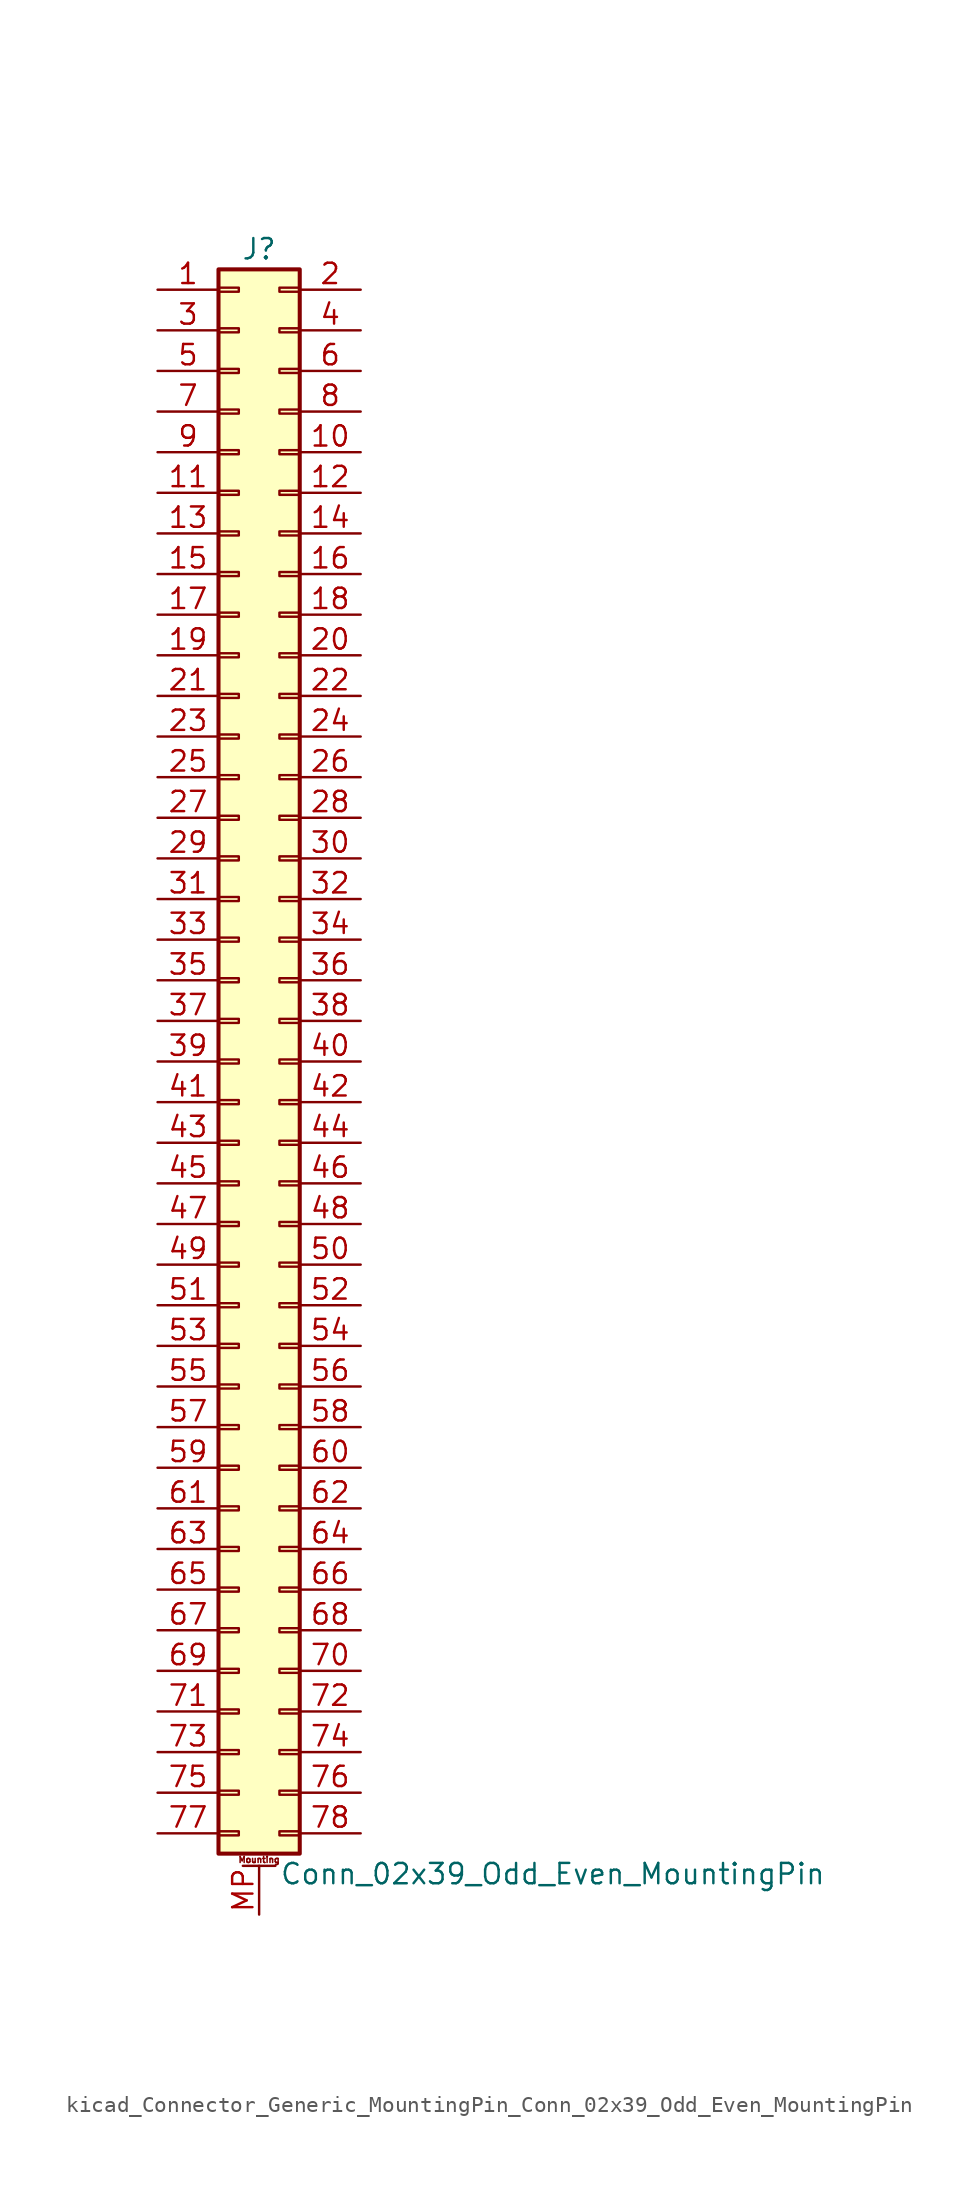
<source format=kicad_sym>
(kicad_symbol_lib
  (version 20220914)
  (generator kicad_symbol_editor)
  (symbol "kicad_Connector_Generic_MountingPin_Conn_02x39_Odd_Even_MountingPin"
    (pin_names
      (offset 1.016) hide)
    (property "Reference" "J"
      (at 1.27 50.8 0)
      (effects (font (size 1.27 1.27))))
    (property "Value" "Conn_02x39_Odd_Even_MountingPin"
      (at 2.54 -50.8 0)
      (effects (font (size 1.27 1.27)) (justify left)))
    (symbol "kicad_Connector_Generic_MountingPin_Conn_02x39_Odd_Even_MountingPin_1_1"
      (rectangle (start -1.27 -48.133) (end 0 -48.387) (stroke (width 0.152) (type default)) (fill (type none)))
      (rectangle (start -1.27 -45.593) (end 0 -45.847) (stroke (width 0.152) (type default)) (fill (type none)))
      (rectangle (start -1.27 -43.053) (end 0 -43.307) (stroke (width 0.152) (type default)) (fill (type none)))
      (rectangle (start -1.27 -40.513) (end 0 -40.767) (stroke (width 0.152) (type default)) (fill (type none)))
      (rectangle (start -1.27 -37.973) (end 0 -38.227) (stroke (width 0.152) (type default)) (fill (type none)))
      (rectangle (start -1.27 -35.433) (end 0 -35.687) (stroke (width 0.152) (type default)) (fill (type none)))
      (rectangle (start -1.27 -32.893) (end 0 -33.147) (stroke (width 0.152) (type default)) (fill (type none)))
      (rectangle (start -1.27 -30.353) (end 0 -30.607) (stroke (width 0.152) (type default)) (fill (type none)))
      (rectangle (start -1.27 -27.813) (end 0 -28.067) (stroke (width 0.152) (type default)) (fill (type none)))
      (rectangle (start -1.27 -25.273) (end 0 -25.527) (stroke (width 0.152) (type default)) (fill (type none)))
      (rectangle (start -1.27 -22.733) (end 0 -22.987) (stroke (width 0.152) (type default)) (fill (type none)))
      (rectangle (start -1.27 -20.193) (end 0 -20.447) (stroke (width 0.152) (type default)) (fill (type none)))
      (rectangle (start -1.27 -17.653) (end 0 -17.907) (stroke (width 0.152) (type default)) (fill (type none)))
      (rectangle (start -1.27 -15.113) (end 0 -15.367) (stroke (width 0.152) (type default)) (fill (type none)))
      (rectangle (start -1.27 -12.573) (end 0 -12.827) (stroke (width 0.152) (type default)) (fill (type none)))
      (rectangle (start -1.27 -10.033) (end 0 -10.287) (stroke (width 0.152) (type default)) (fill (type none)))
      (rectangle (start -1.27 -7.493) (end 0 -7.747) (stroke (width 0.152) (type default)) (fill (type none)))
      (rectangle (start -1.27 -4.953) (end 0 -5.207) (stroke (width 0.152) (type default)) (fill (type none)))
      (rectangle (start -1.27 -2.413) (end 0 -2.667) (stroke (width 0.152) (type default)) (fill (type none)))
      (rectangle (start -1.27 0.127) (end 0 -0.127) (stroke (width 0.152) (type default)) (fill (type none)))
      (rectangle (start -1.27 2.667) (end 0 2.413) (stroke (width 0.152) (type default)) (fill (type none)))
      (rectangle (start -1.27 5.207) (end 0 4.953) (stroke (width 0.152) (type default)) (fill (type none)))
      (rectangle (start -1.27 7.747) (end 0 7.493) (stroke (width 0.152) (type default)) (fill (type none)))
      (rectangle (start -1.27 10.287) (end 0 10.033) (stroke (width 0.152) (type default)) (fill (type none)))
      (rectangle (start -1.27 12.827) (end 0 12.573) (stroke (width 0.152) (type default)) (fill (type none)))
      (rectangle (start -1.27 15.367) (end 0 15.113) (stroke (width 0.152) (type default)) (fill (type none)))
      (rectangle (start -1.27 17.907) (end 0 17.653) (stroke (width 0.152) (type default)) (fill (type none)))
      (rectangle (start -1.27 20.447) (end 0 20.193) (stroke (width 0.152) (type default)) (fill (type none)))
      (rectangle (start -1.27 22.987) (end 0 22.733) (stroke (width 0.152) (type default)) (fill (type none)))
      (rectangle (start -1.27 25.527) (end 0 25.273) (stroke (width 0.152) (type default)) (fill (type none)))
      (rectangle (start -1.27 28.067) (end 0 27.813) (stroke (width 0.152) (type default)) (fill (type none)))
      (rectangle (start -1.27 30.607) (end 0 30.353) (stroke (width 0.152) (type default)) (fill (type none)))
      (rectangle (start -1.27 33.147) (end 0 32.893) (stroke (width 0.152) (type default)) (fill (type none)))
      (rectangle (start -1.27 35.687) (end 0 35.433) (stroke (width 0.152) (type default)) (fill (type none)))
      (rectangle (start -1.27 38.227) (end 0 37.973) (stroke (width 0.152) (type default)) (fill (type none)))
      (rectangle (start -1.27 40.767) (end 0 40.513) (stroke (width 0.152) (type default)) (fill (type none)))
      (rectangle (start -1.27 43.307) (end 0 43.053) (stroke (width 0.152) (type default)) (fill (type none)))
      (rectangle (start -1.27 45.847) (end 0 45.593) (stroke (width 0.152) (type default)) (fill (type none)))
      (rectangle (start -1.27 48.387) (end 0 48.133) (stroke (width 0.152) (type default)) (fill (type none)))
      (rectangle (start -1.27 49.53) (end 3.81 -49.53) (stroke (width 0.254) (type default)) (fill (type background)))
      (polyline (pts (xy 0.254 -50.292) (xy 2.286 -50.292)) (stroke (width 0.152) (type default)) (fill (type none)))
      (rectangle (start 3.81 -48.133) (end 2.54 -48.387) (stroke (width 0.152) (type default)) (fill (type none)))
      (rectangle (start 3.81 -45.593) (end 2.54 -45.847) (stroke (width 0.152) (type default)) (fill (type none)))
      (rectangle (start 3.81 -43.053) (end 2.54 -43.307) (stroke (width 0.152) (type default)) (fill (type none)))
      (rectangle (start 3.81 -40.513) (end 2.54 -40.767) (stroke (width 0.152) (type default)) (fill (type none)))
      (rectangle (start 3.81 -37.973) (end 2.54 -38.227) (stroke (width 0.152) (type default)) (fill (type none)))
      (rectangle (start 3.81 -35.433) (end 2.54 -35.687) (stroke (width 0.152) (type default)) (fill (type none)))
      (rectangle (start 3.81 -32.893) (end 2.54 -33.147) (stroke (width 0.152) (type default)) (fill (type none)))
      (rectangle (start 3.81 -30.353) (end 2.54 -30.607) (stroke (width 0.152) (type default)) (fill (type none)))
      (rectangle (start 3.81 -27.813) (end 2.54 -28.067) (stroke (width 0.152) (type default)) (fill (type none)))
      (rectangle (start 3.81 -25.273) (end 2.54 -25.527) (stroke (width 0.152) (type default)) (fill (type none)))
      (rectangle (start 3.81 -22.733) (end 2.54 -22.987) (stroke (width 0.152) (type default)) (fill (type none)))
      (rectangle (start 3.81 -20.193) (end 2.54 -20.447) (stroke (width 0.152) (type default)) (fill (type none)))
      (rectangle (start 3.81 -17.653) (end 2.54 -17.907) (stroke (width 0.152) (type default)) (fill (type none)))
      (rectangle (start 3.81 -15.113) (end 2.54 -15.367) (stroke (width 0.152) (type default)) (fill (type none)))
      (rectangle (start 3.81 -12.573) (end 2.54 -12.827) (stroke (width 0.152) (type default)) (fill (type none)))
      (rectangle (start 3.81 -10.033) (end 2.54 -10.287) (stroke (width 0.152) (type default)) (fill (type none)))
      (rectangle (start 3.81 -7.493) (end 2.54 -7.747) (stroke (width 0.152) (type default)) (fill (type none)))
      (rectangle (start 3.81 -4.953) (end 2.54 -5.207) (stroke (width 0.152) (type default)) (fill (type none)))
      (rectangle (start 3.81 -2.413) (end 2.54 -2.667) (stroke (width 0.152) (type default)) (fill (type none)))
      (rectangle (start 3.81 0.127) (end 2.54 -0.127) (stroke (width 0.152) (type default)) (fill (type none)))
      (rectangle (start 3.81 2.667) (end 2.54 2.413) (stroke (width 0.152) (type default)) (fill (type none)))
      (rectangle (start 3.81 5.207) (end 2.54 4.953) (stroke (width 0.152) (type default)) (fill (type none)))
      (rectangle (start 3.81 7.747) (end 2.54 7.493) (stroke (width 0.152) (type default)) (fill (type none)))
      (rectangle (start 3.81 10.287) (end 2.54 10.033) (stroke (width 0.152) (type default)) (fill (type none)))
      (rectangle (start 3.81 12.827) (end 2.54 12.573) (stroke (width 0.152) (type default)) (fill (type none)))
      (rectangle (start 3.81 15.367) (end 2.54 15.113) (stroke (width 0.152) (type default)) (fill (type none)))
      (rectangle (start 3.81 17.907) (end 2.54 17.653) (stroke (width 0.152) (type default)) (fill (type none)))
      (rectangle (start 3.81 20.447) (end 2.54 20.193) (stroke (width 0.152) (type default)) (fill (type none)))
      (rectangle (start 3.81 22.987) (end 2.54 22.733) (stroke (width 0.152) (type default)) (fill (type none)))
      (rectangle (start 3.81 25.527) (end 2.54 25.273) (stroke (width 0.152) (type default)) (fill (type none)))
      (rectangle (start 3.81 28.067) (end 2.54 27.813) (stroke (width 0.152) (type default)) (fill (type none)))
      (rectangle (start 3.81 30.607) (end 2.54 30.353) (stroke (width 0.152) (type default)) (fill (type none)))
      (rectangle (start 3.81 33.147) (end 2.54 32.893) (stroke (width 0.152) (type default)) (fill (type none)))
      (rectangle (start 3.81 35.687) (end 2.54 35.433) (stroke (width 0.152) (type default)) (fill (type none)))
      (rectangle (start 3.81 38.227) (end 2.54 37.973) (stroke (width 0.152) (type default)) (fill (type none)))
      (rectangle (start 3.81 40.767) (end 2.54 40.513) (stroke (width 0.152) (type default)) (fill (type none)))
      (rectangle (start 3.81 43.307) (end 2.54 43.053) (stroke (width 0.152) (type default)) (fill (type none)))
      (rectangle (start 3.81 45.847) (end 2.54 45.593) (stroke (width 0.152) (type default)) (fill (type none)))
      (rectangle (start 3.81 48.387) (end 2.54 48.133) (stroke (width 0.152) (type default)) (fill (type none)))
      (text "Mounting" (at 1.27 -49.911 0) (effects (font (size 0.381 0.381))))
      (pin passive line (at -5.08 48.26 0) (length 3.81) (name "Pin_1" (effects (font (size 1.27 1.27)))) (number "1" (effects (font (size 1.27 1.27)))))
      (pin passive line (at 7.62 38.1 180) (length 3.81) (name "Pin_10" (effects (font (size 1.27 1.27)))) (number "10" (effects (font (size 1.27 1.27)))))
      (pin passive line (at -5.08 35.56 0) (length 3.81) (name "Pin_11" (effects (font (size 1.27 1.27)))) (number "11" (effects (font (size 1.27 1.27)))))
      (pin passive line (at 7.62 35.56 180) (length 3.81) (name "Pin_12" (effects (font (size 1.27 1.27)))) (number "12" (effects (font (size 1.27 1.27)))))
      (pin passive line (at -5.08 33.02 0) (length 3.81) (name "Pin_13" (effects (font (size 1.27 1.27)))) (number "13" (effects (font (size 1.27 1.27)))))
      (pin passive line (at 7.62 33.02 180) (length 3.81) (name "Pin_14" (effects (font (size 1.27 1.27)))) (number "14" (effects (font (size 1.27 1.27)))))
      (pin passive line (at -5.08 30.48 0) (length 3.81) (name "Pin_15" (effects (font (size 1.27 1.27)))) (number "15" (effects (font (size 1.27 1.27)))))
      (pin passive line (at 7.62 30.48 180) (length 3.81) (name "Pin_16" (effects (font (size 1.27 1.27)))) (number "16" (effects (font (size 1.27 1.27)))))
      (pin passive line (at -5.08 27.94 0) (length 3.81) (name "Pin_17" (effects (font (size 1.27 1.27)))) (number "17" (effects (font (size 1.27 1.27)))))
      (pin passive line (at 7.62 27.94 180) (length 3.81) (name "Pin_18" (effects (font (size 1.27 1.27)))) (number "18" (effects (font (size 1.27 1.27)))))
      (pin passive line (at -5.08 25.4 0) (length 3.81) (name "Pin_19" (effects (font (size 1.27 1.27)))) (number "19" (effects (font (size 1.27 1.27)))))
      (pin passive line (at 7.62 48.26 180) (length 3.81) (name "Pin_2" (effects (font (size 1.27 1.27)))) (number "2" (effects (font (size 1.27 1.27)))))
      (pin passive line (at 7.62 25.4 180) (length 3.81) (name "Pin_20" (effects (font (size 1.27 1.27)))) (number "20" (effects (font (size 1.27 1.27)))))
      (pin passive line (at -5.08 22.86 0) (length 3.81) (name "Pin_21" (effects (font (size 1.27 1.27)))) (number "21" (effects (font (size 1.27 1.27)))))
      (pin passive line (at 7.62 22.86 180) (length 3.81) (name "Pin_22" (effects (font (size 1.27 1.27)))) (number "22" (effects (font (size 1.27 1.27)))))
      (pin passive line (at -5.08 20.32 0) (length 3.81) (name "Pin_23" (effects (font (size 1.27 1.27)))) (number "23" (effects (font (size 1.27 1.27)))))
      (pin passive line (at 7.62 20.32 180) (length 3.81) (name "Pin_24" (effects (font (size 1.27 1.27)))) (number "24" (effects (font (size 1.27 1.27)))))
      (pin passive line (at -5.08 17.78 0) (length 3.81) (name "Pin_25" (effects (font (size 1.27 1.27)))) (number "25" (effects (font (size 1.27 1.27)))))
      (pin passive line (at 7.62 17.78 180) (length 3.81) (name "Pin_26" (effects (font (size 1.27 1.27)))) (number "26" (effects (font (size 1.27 1.27)))))
      (pin passive line (at -5.08 15.24 0) (length 3.81) (name "Pin_27" (effects (font (size 1.27 1.27)))) (number "27" (effects (font (size 1.27 1.27)))))
      (pin passive line (at 7.62 15.24 180) (length 3.81) (name "Pin_28" (effects (font (size 1.27 1.27)))) (number "28" (effects (font (size 1.27 1.27)))))
      (pin passive line (at -5.08 12.7 0) (length 3.81) (name "Pin_29" (effects (font (size 1.27 1.27)))) (number "29" (effects (font (size 1.27 1.27)))))
      (pin passive line (at -5.08 45.72 0) (length 3.81) (name "Pin_3" (effects (font (size 1.27 1.27)))) (number "3" (effects (font (size 1.27 1.27)))))
      (pin passive line (at 7.62 12.7 180) (length 3.81) (name "Pin_30" (effects (font (size 1.27 1.27)))) (number "30" (effects (font (size 1.27 1.27)))))
      (pin passive line (at -5.08 10.16 0) (length 3.81) (name "Pin_31" (effects (font (size 1.27 1.27)))) (number "31" (effects (font (size 1.27 1.27)))))
      (pin passive line (at 7.62 10.16 180) (length 3.81) (name "Pin_32" (effects (font (size 1.27 1.27)))) (number "32" (effects (font (size 1.27 1.27)))))
      (pin passive line (at -5.08 7.62 0) (length 3.81) (name "Pin_33" (effects (font (size 1.27 1.27)))) (number "33" (effects (font (size 1.27 1.27)))))
      (pin passive line (at 7.62 7.62 180) (length 3.81) (name "Pin_34" (effects (font (size 1.27 1.27)))) (number "34" (effects (font (size 1.27 1.27)))))
      (pin passive line (at -5.08 5.08 0) (length 3.81) (name "Pin_35" (effects (font (size 1.27 1.27)))) (number "35" (effects (font (size 1.27 1.27)))))
      (pin passive line (at 7.62 5.08 180) (length 3.81) (name "Pin_36" (effects (font (size 1.27 1.27)))) (number "36" (effects (font (size 1.27 1.27)))))
      (pin passive line (at -5.08 2.54 0) (length 3.81) (name "Pin_37" (effects (font (size 1.27 1.27)))) (number "37" (effects (font (size 1.27 1.27)))))
      (pin passive line (at 7.62 2.54 180) (length 3.81) (name "Pin_38" (effects (font (size 1.27 1.27)))) (number "38" (effects (font (size 1.27 1.27)))))
      (pin passive line (at -5.08 0 0) (length 3.81) (name "Pin_39" (effects (font (size 1.27 1.27)))) (number "39" (effects (font (size 1.27 1.27)))))
      (pin passive line (at 7.62 45.72 180) (length 3.81) (name "Pin_4" (effects (font (size 1.27 1.27)))) (number "4" (effects (font (size 1.27 1.27)))))
      (pin passive line (at 7.62 0 180) (length 3.81) (name "Pin_40" (effects (font (size 1.27 1.27)))) (number "40" (effects (font (size 1.27 1.27)))))
      (pin passive line (at -5.08 -2.54 0) (length 3.81) (name "Pin_41" (effects (font (size 1.27 1.27)))) (number "41" (effects (font (size 1.27 1.27)))))
      (pin passive line (at 7.62 -2.54 180) (length 3.81) (name "Pin_42" (effects (font (size 1.27 1.27)))) (number "42" (effects (font (size 1.27 1.27)))))
      (pin passive line (at -5.08 -5.08 0) (length 3.81) (name "Pin_43" (effects (font (size 1.27 1.27)))) (number "43" (effects (font (size 1.27 1.27)))))
      (pin passive line (at 7.62 -5.08 180) (length 3.81) (name "Pin_44" (effects (font (size 1.27 1.27)))) (number "44" (effects (font (size 1.27 1.27)))))
      (pin passive line (at -5.08 -7.62 0) (length 3.81) (name "Pin_45" (effects (font (size 1.27 1.27)))) (number "45" (effects (font (size 1.27 1.27)))))
      (pin passive line (at 7.62 -7.62 180) (length 3.81) (name "Pin_46" (effects (font (size 1.27 1.27)))) (number "46" (effects (font (size 1.27 1.27)))))
      (pin passive line (at -5.08 -10.16 0) (length 3.81) (name "Pin_47" (effects (font (size 1.27 1.27)))) (number "47" (effects (font (size 1.27 1.27)))))
      (pin passive line (at 7.62 -10.16 180) (length 3.81) (name "Pin_48" (effects (font (size 1.27 1.27)))) (number "48" (effects (font (size 1.27 1.27)))))
      (pin passive line (at -5.08 -12.7 0) (length 3.81) (name "Pin_49" (effects (font (size 1.27 1.27)))) (number "49" (effects (font (size 1.27 1.27)))))
      (pin passive line (at -5.08 43.18 0) (length 3.81) (name "Pin_5" (effects (font (size 1.27 1.27)))) (number "5" (effects (font (size 1.27 1.27)))))
      (pin passive line (at 7.62 -12.7 180) (length 3.81) (name "Pin_50" (effects (font (size 1.27 1.27)))) (number "50" (effects (font (size 1.27 1.27)))))
      (pin passive line (at -5.08 -15.24 0) (length 3.81) (name "Pin_51" (effects (font (size 1.27 1.27)))) (number "51" (effects (font (size 1.27 1.27)))))
      (pin passive line (at 7.62 -15.24 180) (length 3.81) (name "Pin_52" (effects (font (size 1.27 1.27)))) (number "52" (effects (font (size 1.27 1.27)))))
      (pin passive line (at -5.08 -17.78 0) (length 3.81) (name "Pin_53" (effects (font (size 1.27 1.27)))) (number "53" (effects (font (size 1.27 1.27)))))
      (pin passive line (at 7.62 -17.78 180) (length 3.81) (name "Pin_54" (effects (font (size 1.27 1.27)))) (number "54" (effects (font (size 1.27 1.27)))))
      (pin passive line (at -5.08 -20.32 0) (length 3.81) (name "Pin_55" (effects (font (size 1.27 1.27)))) (number "55" (effects (font (size 1.27 1.27)))))
      (pin passive line (at 7.62 -20.32 180) (length 3.81) (name "Pin_56" (effects (font (size 1.27 1.27)))) (number "56" (effects (font (size 1.27 1.27)))))
      (pin passive line (at -5.08 -22.86 0) (length 3.81) (name "Pin_57" (effects (font (size 1.27 1.27)))) (number "57" (effects (font (size 1.27 1.27)))))
      (pin passive line (at 7.62 -22.86 180) (length 3.81) (name "Pin_58" (effects (font (size 1.27 1.27)))) (number "58" (effects (font (size 1.27 1.27)))))
      (pin passive line (at -5.08 -25.4 0) (length 3.81) (name "Pin_59" (effects (font (size 1.27 1.27)))) (number "59" (effects (font (size 1.27 1.27)))))
      (pin passive line (at 7.62 43.18 180) (length 3.81) (name "Pin_6" (effects (font (size 1.27 1.27)))) (number "6" (effects (font (size 1.27 1.27)))))
      (pin passive line (at 7.62 -25.4 180) (length 3.81) (name "Pin_60" (effects (font (size 1.27 1.27)))) (number "60" (effects (font (size 1.27 1.27)))))
      (pin passive line (at -5.08 -27.94 0) (length 3.81) (name "Pin_61" (effects (font (size 1.27 1.27)))) (number "61" (effects (font (size 1.27 1.27)))))
      (pin passive line (at 7.62 -27.94 180) (length 3.81) (name "Pin_62" (effects (font (size 1.27 1.27)))) (number "62" (effects (font (size 1.27 1.27)))))
      (pin passive line (at -5.08 -30.48 0) (length 3.81) (name "Pin_63" (effects (font (size 1.27 1.27)))) (number "63" (effects (font (size 1.27 1.27)))))
      (pin passive line (at 7.62 -30.48 180) (length 3.81) (name "Pin_64" (effects (font (size 1.27 1.27)))) (number "64" (effects (font (size 1.27 1.27)))))
      (pin passive line (at -5.08 -33.02 0) (length 3.81) (name "Pin_65" (effects (font (size 1.27 1.27)))) (number "65" (effects (font (size 1.27 1.27)))))
      (pin passive line (at 7.62 -33.02 180) (length 3.81) (name "Pin_66" (effects (font (size 1.27 1.27)))) (number "66" (effects (font (size 1.27 1.27)))))
      (pin passive line (at -5.08 -35.56 0) (length 3.81) (name "Pin_67" (effects (font (size 1.27 1.27)))) (number "67" (effects (font (size 1.27 1.27)))))
      (pin passive line (at 7.62 -35.56 180) (length 3.81) (name "Pin_68" (effects (font (size 1.27 1.27)))) (number "68" (effects (font (size 1.27 1.27)))))
      (pin passive line (at -5.08 -38.1 0) (length 3.81) (name "Pin_69" (effects (font (size 1.27 1.27)))) (number "69" (effects (font (size 1.27 1.27)))))
      (pin passive line (at -5.08 40.64 0) (length 3.81) (name "Pin_7" (effects (font (size 1.27 1.27)))) (number "7" (effects (font (size 1.27 1.27)))))
      (pin passive line (at 7.62 -38.1 180) (length 3.81) (name "Pin_70" (effects (font (size 1.27 1.27)))) (number "70" (effects (font (size 1.27 1.27)))))
      (pin passive line (at -5.08 -40.64 0) (length 3.81) (name "Pin_71" (effects (font (size 1.27 1.27)))) (number "71" (effects (font (size 1.27 1.27)))))
      (pin passive line (at 7.62 -40.64 180) (length 3.81) (name "Pin_72" (effects (font (size 1.27 1.27)))) (number "72" (effects (font (size 1.27 1.27)))))
      (pin passive line (at -5.08 -43.18 0) (length 3.81) (name "Pin_73" (effects (font (size 1.27 1.27)))) (number "73" (effects (font (size 1.27 1.27)))))
      (pin passive line (at 7.62 -43.18 180) (length 3.81) (name "Pin_74" (effects (font (size 1.27 1.27)))) (number "74" (effects (font (size 1.27 1.27)))))
      (pin passive line (at -5.08 -45.72 0) (length 3.81) (name "Pin_75" (effects (font (size 1.27 1.27)))) (number "75" (effects (font (size 1.27 1.27)))))
      (pin passive line (at 7.62 -45.72 180) (length 3.81) (name "Pin_76" (effects (font (size 1.27 1.27)))) (number "76" (effects (font (size 1.27 1.27)))))
      (pin passive line (at -5.08 -48.26 0) (length 3.81) (name "Pin_77" (effects (font (size 1.27 1.27)))) (number "77" (effects (font (size 1.27 1.27)))))
      (pin passive line (at 7.62 -48.26 180) (length 3.81) (name "Pin_78" (effects (font (size 1.27 1.27)))) (number "78" (effects (font (size 1.27 1.27)))))
      (pin passive line (at 7.62 40.64 180) (length 3.81) (name "Pin_8" (effects (font (size 1.27 1.27)))) (number "8" (effects (font (size 1.27 1.27)))))
      (pin passive line (at -5.08 38.1 0) (length 3.81) (name "Pin_9" (effects (font (size 1.27 1.27)))) (number "9" (effects (font (size 1.27 1.27)))))
      (pin passive line (at 1.27 -53.34 90) (length 3.048) (name "MountPin" (effects (font (size 1.27 1.27)))) (number "MP" (effects (font (size 1.27 1.27))))))))
</source>
